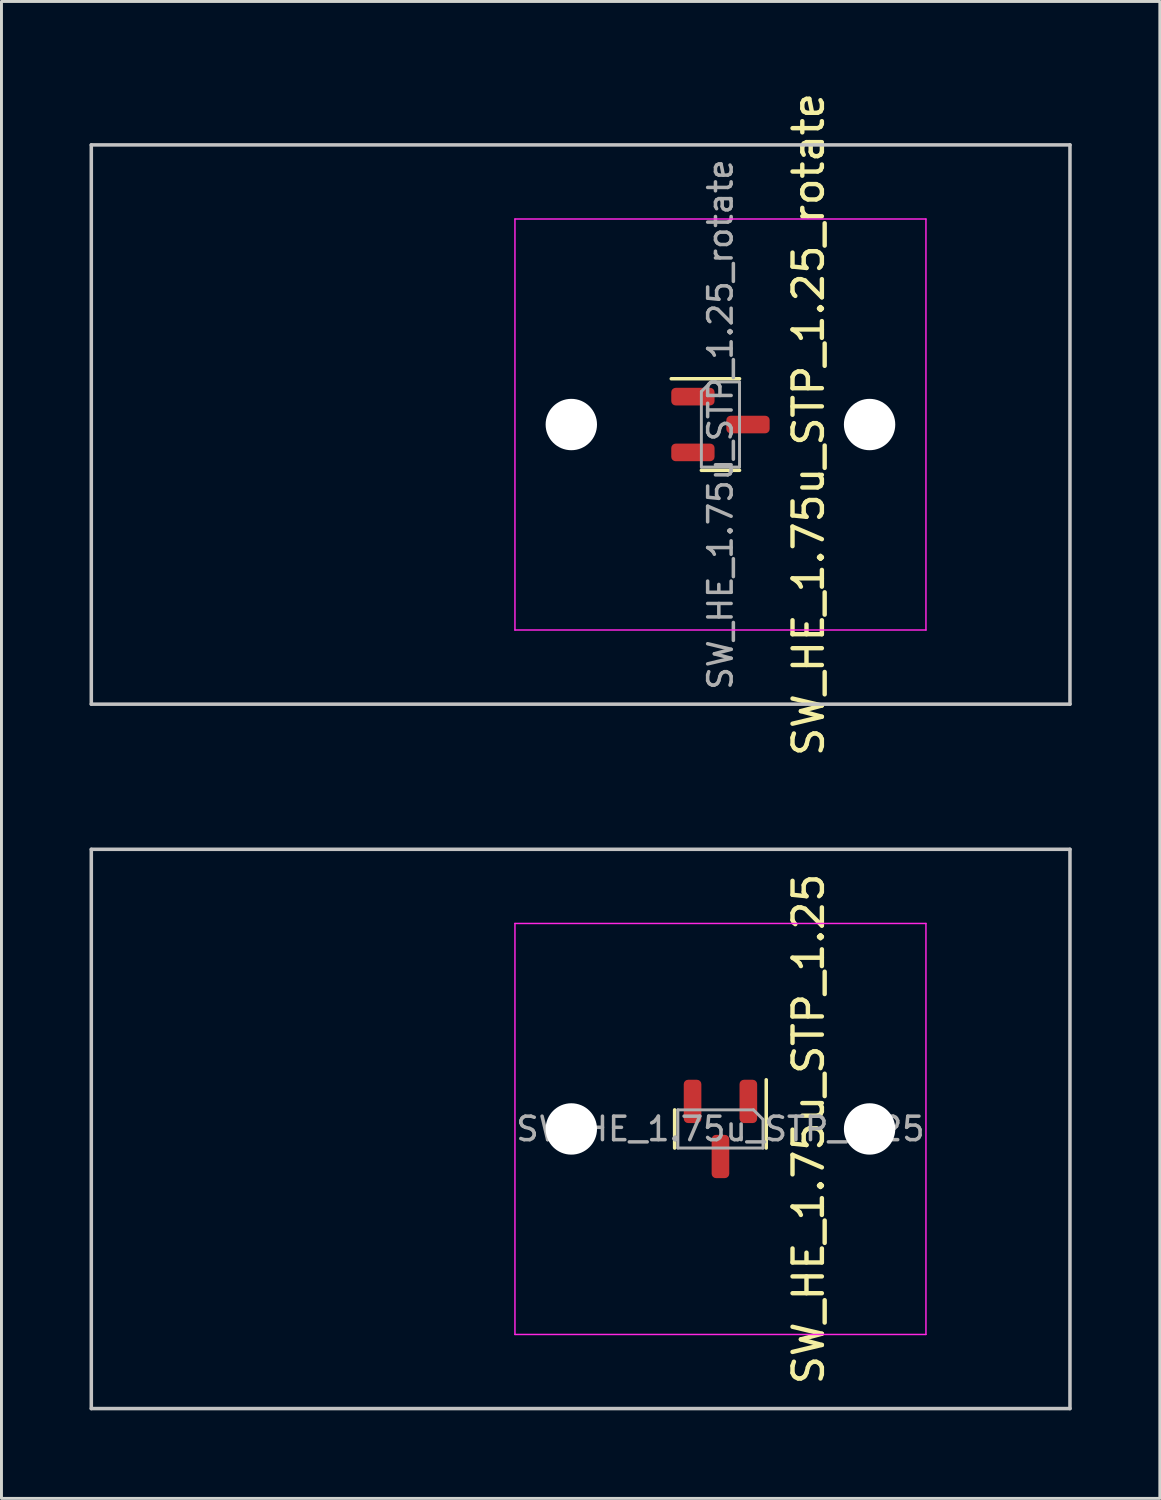
<source format=kicad_pcb>
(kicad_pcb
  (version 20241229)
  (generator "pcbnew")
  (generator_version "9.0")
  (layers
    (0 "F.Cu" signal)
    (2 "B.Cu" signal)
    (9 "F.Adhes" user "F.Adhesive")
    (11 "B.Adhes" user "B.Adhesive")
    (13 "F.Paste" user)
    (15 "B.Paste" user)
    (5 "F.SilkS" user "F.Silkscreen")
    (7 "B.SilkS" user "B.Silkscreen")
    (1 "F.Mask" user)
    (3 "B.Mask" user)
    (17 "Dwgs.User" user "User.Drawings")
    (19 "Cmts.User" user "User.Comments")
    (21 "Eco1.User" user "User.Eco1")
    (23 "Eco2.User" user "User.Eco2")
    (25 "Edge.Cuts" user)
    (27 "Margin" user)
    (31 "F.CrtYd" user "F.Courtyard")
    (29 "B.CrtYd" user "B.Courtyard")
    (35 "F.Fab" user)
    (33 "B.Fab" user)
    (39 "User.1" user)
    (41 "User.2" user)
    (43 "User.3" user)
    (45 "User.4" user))
  (footprint "SW_HE_1.75u_STP_1.25"
    (layer "F.Cu")
    (at 21.491 35.406)
    (property "Reference" "SW_HE_1.75u_STP_1.25" (at 3 0 270) (layer "F.SilkS") (effects (font (size 1 1) (thickness 0.15))))
    (attr smd)
    (fp_line (start -1.56 -0.65) (end -1.56 0.65) (stroke (width 0.12) (type default)) (layer "F.SilkS"))
    (fp_line (start 1.56 -1.675) (end 1.56 0.65) (stroke (width 0.12) (type default)) (layer "F.SilkS"))
    (fp_line (start -21.431 9.525) (end -21.431 -9.525) (stroke (width 0.12) (type default)) (layer "Dwgs.User"))
    (fp_line (start -21.431 9.525) (end 11.906 9.525) (stroke (width 0.12) (type default)) (layer "Dwgs.User"))
    (fp_line (start 11.906 -9.525) (end -21.431 -9.525) (stroke (width 0.12) (type default)) (layer "Dwgs.User"))
    (fp_line (start 11.906 9.525) (end 11.906 -9.525) (stroke (width 0.12) (type default)) (layer "Dwgs.User"))
    (fp_line (start -7 6.5) (end -7 -6.5) (stroke (width 0.05) (type solid)) (layer "Eco2.User"))
    (fp_line (start -6.5 -7) (end 6.5 -7) (stroke (width 0.05) (type solid)) (layer "Eco2.User"))
    (fp_line (start 6.5 7) (end -6.5 7) (stroke (width 0.05) (type solid)) (layer "Eco2.User"))
    (fp_line (start 7 -6.5) (end 7 6.5) (stroke (width 0.05) (type solid)) (layer "Eco2.User"))
    (fp_arc (start -7 -6.5) (mid -6.853553 -6.853553) (end -6.5 -7) (stroke (width 0.05) (type solid)) (layer "Eco2.User"))
    (fp_arc (start -6.5 7) (mid -6.853553 6.853553) (end -7 6.5) (stroke (width 0.05) (type solid)) (layer "Eco2.User"))
    (fp_arc (start 6.5 -7) (mid 6.853553 -6.853553) (end 7 -6.5) (stroke (width 0.05) (type solid)) (layer "Eco2.User"))
    (fp_arc (start 6.997236 6.498884) (mid 6.850789 6.852437) (end 6.497236 6.998884) (stroke (width 0.05) (type solid)) (layer "Eco2.User"))
    (fp_line (start -7 -7) (end -7 7) (stroke (width 0.05) (type solid)) (layer "F.CrtYd"))
    (fp_line (start -7 7) (end 7 7) (stroke (width 0.05) (type solid)) (layer "F.CrtYd"))
    (fp_line (start 7 -7) (end -7 -7) (stroke (width 0.05) (type solid)) (layer "F.CrtYd"))
    (fp_line (start 7 7) (end 7 -7) (stroke (width 0.05) (type solid)) (layer "F.CrtYd"))
    (fp_line (start -1.45 -0.65) (end 1.125 -0.65) (stroke (width 0.1) (type default)) (layer "F.Fab"))
    (fp_line (start -1.45 0.65) (end -1.45 -0.65) (stroke (width 0.1) (type default)) (layer "F.Fab"))
    (fp_line (start -1.45 0.65) (end 1.45 0.65) (stroke (width 0.1) (type default)) (layer "F.Fab"))
    (fp_line (start 1.45 -0.325) (end 1.125 -0.65) (stroke (width 0.1) (type default)) (layer "F.Fab"))
    (fp_line (start 1.45 -0.325) (end 1.45 0.65) (stroke (width 0.1) (type default)) (layer "F.Fab"))
    (fp_text user "${REFERENCE}" (at 0 0 0) (layer "F.Fab") (effects (font (size 0.8 0.8) (thickness 0.12))))
    (pad "" np_thru_hole circle (at -5.08 0) (size 1.75 1.75) (drill 1.75) (layers "*.Cu" "*.Mask"))
    (pad "" np_thru_hole circle (at 5.08 0) (size 1.75 1.75) (drill 1.75) (layers "*.Cu" "*.Mask"))
    (pad "1" smd roundrect (at 0.95 -0.938 270) (size 1.475 0.6) (layers "F.Cu" "F.Mask" "F.Paste") (roundrect_rratio 0.25))
    (pad "2" smd roundrect (at -0.95 -0.938 270) (size 1.475 0.6) (layers "F.Cu" "F.Mask" "F.Paste") (roundrect_rratio 0.25))
    (pad "3" smd roundrect (at 0 0.938 270) (size 1.475 0.6) (layers "F.Cu" "F.Mask" "F.Paste") (roundrect_rratio 0.25))
    (zone (net_name "") (layers "F.Cu" "B.Cu") (hatch edge 0.5) (connect_pads) (min_thickness 0.25) (filled_areas_thickness no) (keepout (tracks allowed) (vias allowed) (pads allowed) (copperpour not_allowed) (footprints allowed)) (placement (enabled no)) (fill) (polygon (pts (arc (start 23.41125 33.986431) (mid 23.264803 33.632878) (end 22.91125 33.486431)) (arc (start 20.07125 33.486431) (mid 19.717697 33.632878) (end 19.57125 33.986431)) (arc (start 19.57125 36.826431) (mid 19.717697 37.179984) (end 20.07125 37.326431)) (arc (start 22.91125 37.326431) (mid 23.264803 37.179984) (end 23.41125 36.826431))))))
  (footprint "SW_HE_1.75u_STP_1.25_rotate"
    (layer "F.Cu")
    (at 21.491 11.411)
    (property "Reference" "SW_HE_1.75u_STP_1.25_rotate" (at 3 0 270) (layer "F.SilkS") (effects (font (size 1 1) (thickness 0.15))))
    (attr smd)
    (fp_line (start -1.675 -1.56) (end 0.65 -1.56) (stroke (width 0.12) (type default)) (layer "F.SilkS"))
    (fp_line (start -0.65 1.56) (end 0.65 1.56) (stroke (width 0.12) (type default)) (layer "F.SilkS"))
    (fp_line (start -21.431 9.525) (end -21.431 -9.525) (stroke (width 0.12) (type default)) (layer "Dwgs.User"))
    (fp_line (start -21.431 9.525) (end 11.906 9.525) (stroke (width 0.12) (type default)) (layer "Dwgs.User"))
    (fp_line (start 11.906 -9.525) (end -21.431 -9.525) (stroke (width 0.12) (type default)) (layer "Dwgs.User"))
    (fp_line (start 11.906 9.525) (end 11.906 -9.525) (stroke (width 0.12) (type default)) (layer "Dwgs.User"))
    (fp_line (start -7 6.5) (end -7 -6.5) (stroke (width 0.05) (type solid)) (layer "Eco2.User"))
    (fp_line (start -6.5 -7) (end 6.5 -7) (stroke (width 0.05) (type solid)) (layer "Eco2.User"))
    (fp_line (start 6.5 7) (end -6.5 7) (stroke (width 0.05) (type solid)) (layer "Eco2.User"))
    (fp_line (start 7 -6.5) (end 7 6.5) (stroke (width 0.05) (type solid)) (layer "Eco2.User"))
    (fp_arc (start -7 -6.5) (mid -6.853553 -6.853553) (end -6.5 -7) (stroke (width 0.05) (type solid)) (layer "Eco2.User"))
    (fp_arc (start -6.5 7) (mid -6.853553 6.853553) (end -7 6.5) (stroke (width 0.05) (type solid)) (layer "Eco2.User"))
    (fp_arc (start 6.5 -7) (mid 6.853553 -6.853553) (end 7 -6.5) (stroke (width 0.05) (type solid)) (layer "Eco2.User"))
    (fp_arc (start 6.997236 6.498884) (mid 6.850789 6.852437) (end 6.497236 6.998884) (stroke (width 0.05) (type solid)) (layer "Eco2.User"))
    (fp_line (start -7 -7) (end -7 7) (stroke (width 0.05) (type solid)) (layer "F.CrtYd"))
    (fp_line (start -7 7) (end 7 7) (stroke (width 0.05) (type solid)) (layer "F.CrtYd"))
    (fp_line (start 7 -7) (end -7 -7) (stroke (width 0.05) (type solid)) (layer "F.CrtYd"))
    (fp_line (start 7 7) (end 7 -7) (stroke (width 0.05) (type solid)) (layer "F.CrtYd"))
    (fp_line (start -0.65 1.45) (end -0.65 -1.125) (stroke (width 0.1) (type default)) (layer "F.Fab"))
    (fp_line (start -0.325 -1.45) (end -0.65 -1.125) (stroke (width 0.1) (type default)) (layer "F.Fab"))
    (fp_line (start -0.325 -1.45) (end 0.65 -1.45) (stroke (width 0.1) (type default)) (layer "F.Fab"))
    (fp_line (start 0.65 1.45) (end -0.65 1.45) (stroke (width 0.1) (type default)) (layer "F.Fab"))
    (fp_line (start 0.65 1.45) (end 0.65 -1.45) (stroke (width 0.1) (type default)) (layer "F.Fab"))
    (fp_text user "${REFERENCE}" (at 0 0 90) (layer "F.Fab") (effects (font (size 0.8 0.8) (thickness 0.12))))
    (pad "" np_thru_hole circle (at -5.08 0) (size 1.75 1.75) (drill 1.75) (layers "*.Cu" "*.Mask"))
    (pad "" np_thru_hole circle (at 5.08 0) (size 1.75 1.75) (drill 1.75) (layers "*.Cu" "*.Mask"))
    (pad "1" smd roundrect (at -0.938 -0.95) (size 1.475 0.6) (layers "F.Cu" "F.Mask" "F.Paste") (roundrect_rratio 0.25))
    (pad "2" smd roundrect (at -0.938 0.95) (size 1.475 0.6) (layers "F.Cu" "F.Mask" "F.Paste") (roundrect_rratio 0.25))
    (pad "3" smd roundrect (at 0.938 0) (size 1.475 0.6) (layers "F.Cu" "F.Mask" "F.Paste") (roundrect_rratio 0.25))
    (zone (net_name "") (layers "F.Cu" "B.Cu") (hatch edge 0.5) (connect_pads) (min_thickness 0.25) (filled_areas_thickness no) (keepout (tracks allowed) (vias allowed) (pads allowed) (copperpour not_allowed) (footprints allowed)) (placement (enabled no)) (fill) (polygon (pts (arc (start 20.07125 9.490716) (mid 19.717697 9.637163) (end 19.57125 9.990716)) (arc (start 19.57125 12.830716) (mid 19.717697 13.184269) (end 20.07125 13.330716)) (arc (start 22.91125 13.330716) (mid 23.264803 13.184269) (end 23.41125 12.830716)) (arc (start 23.41125 9.990716) (mid 23.264803 9.637163) (end 22.91125 9.490716))))))
  (gr_rect
    (start -3 -3)
    (end 36.458 47.991)
    (stroke (width 0.1) (type default))
    (fill no)
    (layer "Edge.Cuts")))
</source>
